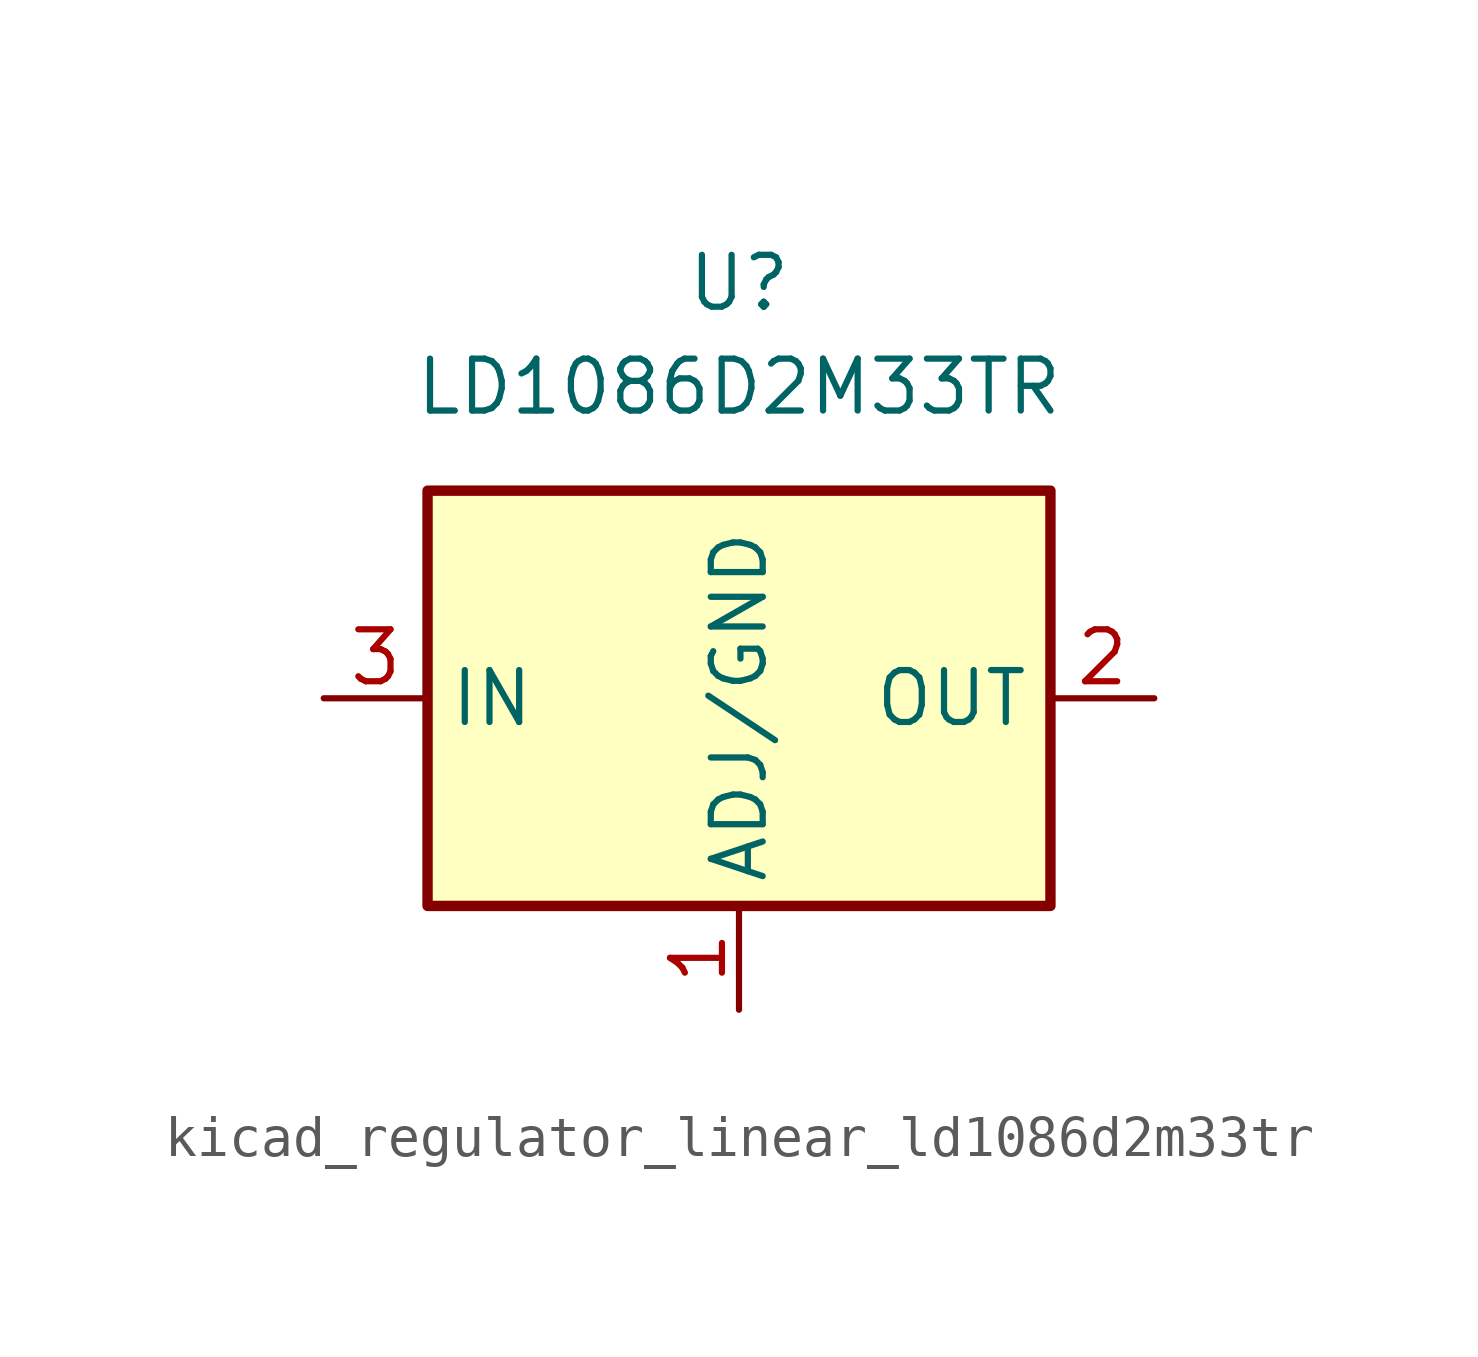
<source format=kicad_sym>
(kicad_symbol_lib
  (version 20220914)
  (generator kicad_symbol_editor)
  (symbol "kicad_regulator_linear_ld1086d2m33tr"
    (property "Reference" "U"
      (at 0 10.16 0)
      (effects (font (size 1.27 1.27))))
    (property "Value" "LD1086D2M33TR"
      (at 0 7.62 0)
      (effects (font (size 1.27 1.27))))
    (symbol "kicad_regulator_linear_ld1086d2m33tr_1_1"
      (rectangle (start -7.62 -5.08) (end 7.62 5.08) (stroke (width 0.254) (type default)) (fill (type background)))
      (pin input line (at 0 -7.62 90) (length 2.54) (name "ADJ/GND" (effects (font (size 1.27 1.27)))) (number "1" (effects (font (size 1.27 1.27)))))
      (pin power_out line (at 10.16 0 180) (length 2.54) (name "OUT" (effects (font (size 1.27 1.27)))) (number "2" (effects (font (size 1.27 1.27)))))
      (pin power_in line (at -10.16 0 0) (length 2.54) (name "IN" (effects (font (size 1.27 1.27)))) (number "3" (effects (font (size 1.27 1.27))))))))
</source>
